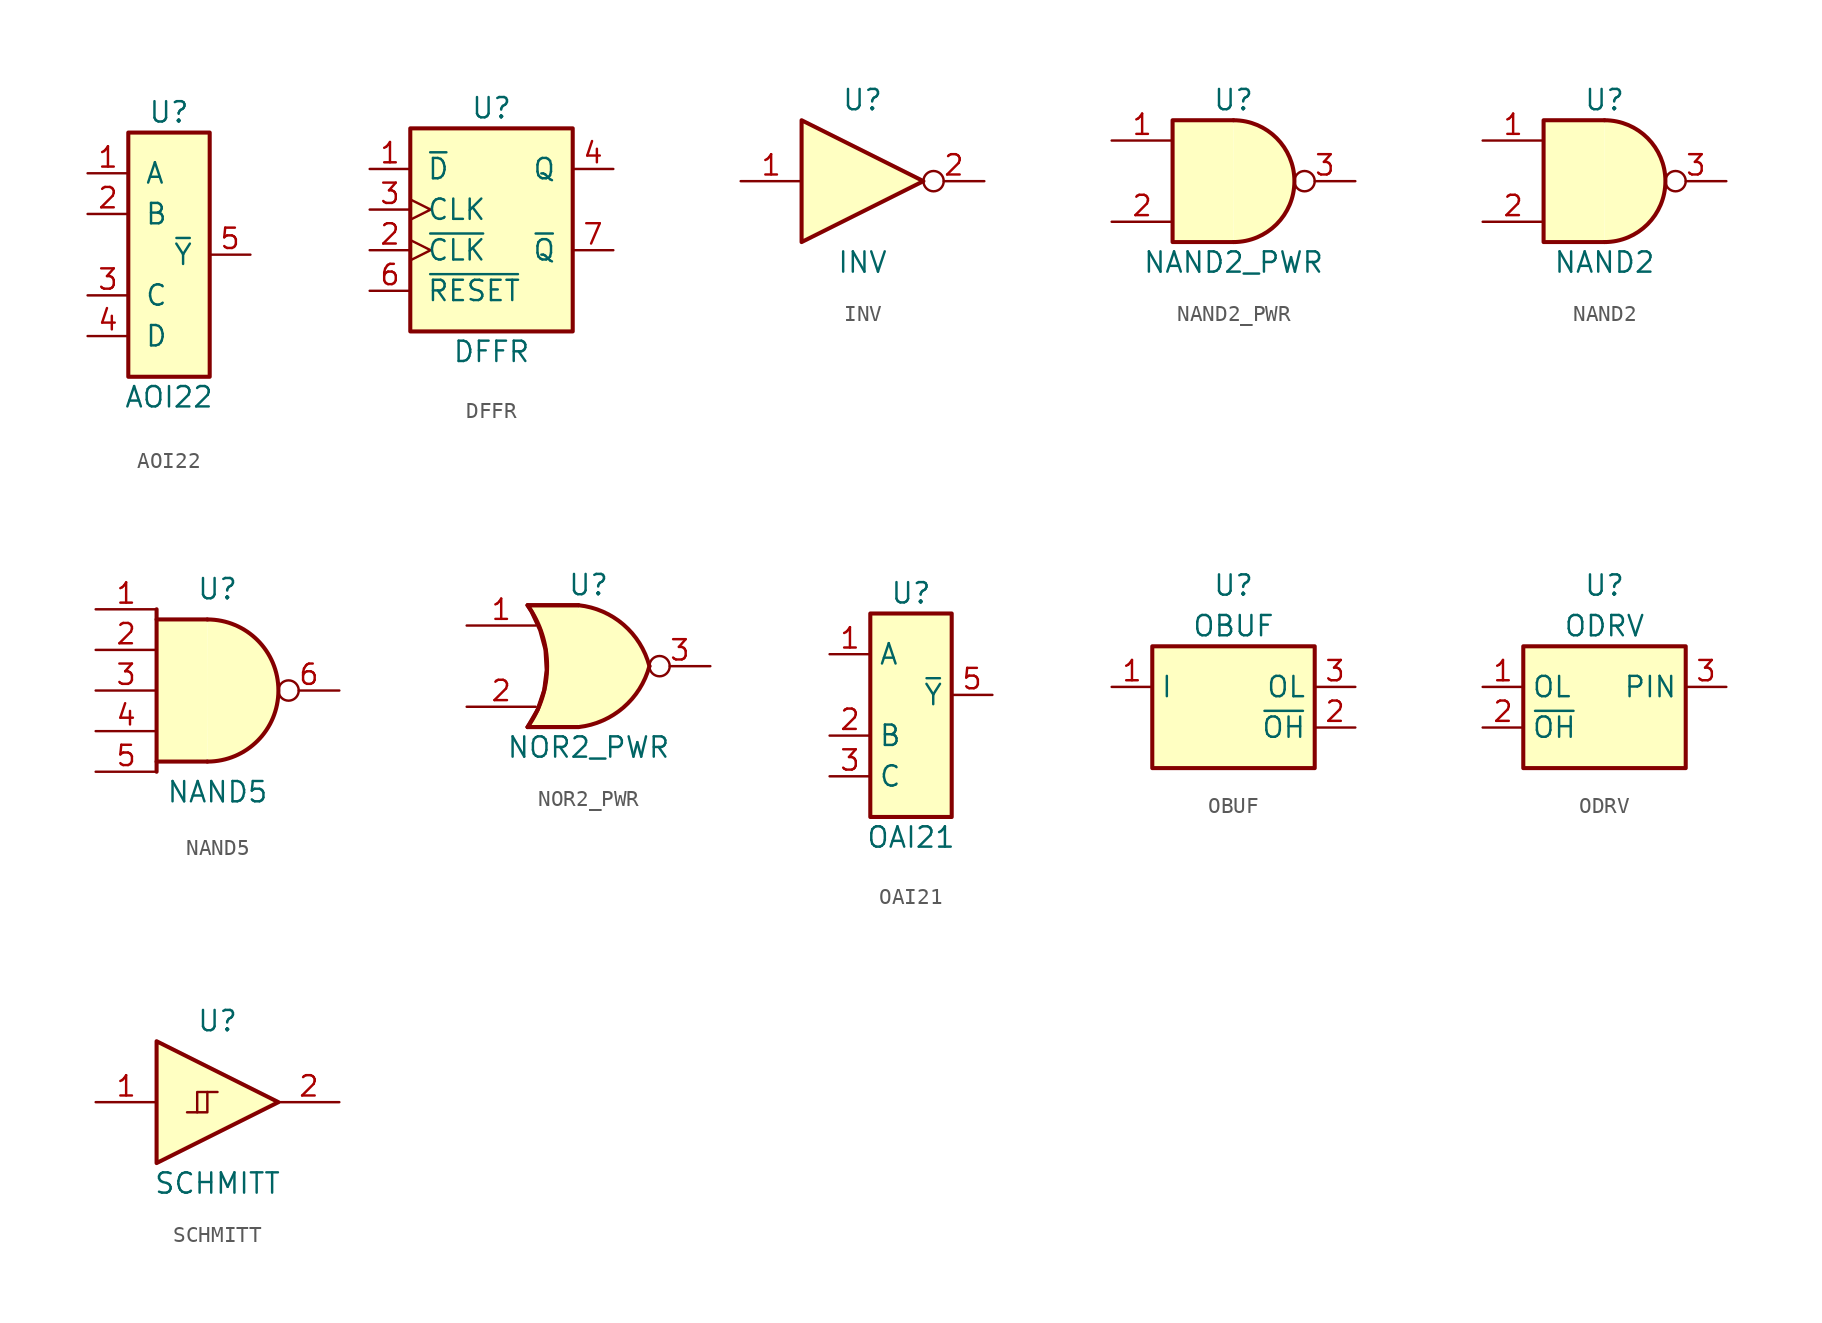
<source format=kicad_sym>
(kicad_symbol_lib
  (version 20211014)
  (generator kicad_symbol_editor)
  (symbol "AOI22"
    (pin_names
      (offset 1.016))
    (property "Reference" "U"
      (at 0 8.89 0)
      (effects (font (size 1.27 1.27))))
    (property "Value" "AOI22"
      (at 0 -8.89 0)
      (effects (font (size 1.27 1.27))))
    (symbol "AOI22_0_1"
      (rectangle (start -2.54 7.62) (end 2.54 -7.62) (stroke (width 0.254) (type default) (color 0 0 0 0)) (fill (type background))))
    (symbol "AOI22_1_0"
      (pin input line (at -5.08 5.08 0) (length 2.54) (name "A" (effects (font (size 1.27 1.27)))) (number "1" (effects (font (size 1.27 1.27)))))
      (pin input line (at -5.08 2.54 0) (length 2.54) (name "B" (effects (font (size 1.27 1.27)))) (number "2" (effects (font (size 1.27 1.27)))))
      (pin input line (at -5.08 -2.54 0) (length 2.54) (name "C" (effects (font (size 1.27 1.27)))) (number "3" (effects (font (size 1.27 1.27)))))
      (pin input line (at -5.08 -5.08 0) (length 2.54) (name "D" (effects (font (size 1.27 1.27)))) (number "4" (effects (font (size 1.27 1.27)))))
      (pin output line (at 5.08 0 180) (length 2.54) (name "~{Y}" (effects (font (size 1.27 1.27)))) (number "5" (effects (font (size 1.27 1.27)))))))
  (symbol "DFFR"
    (pin_names
      (offset 1.016))
    (property "Reference" "U"
      (at 0 6.35 0)
      (effects (font (size 1.27 1.27))))
    (property "Value" "DFFR"
      (at 0 -8.89 0)
      (effects (font (size 1.27 1.27))))
    (symbol "DFFR_0_1"
      (rectangle (start -5.08 5.08) (end 5.08 -7.62) (stroke (width 0.254) (type default) (color 0 0 0 0)) (fill (type background))))
    (symbol "DFFR_1_1"
      (pin input line (at -7.62 2.54 0) (length 2.54) (name "~{D}" (effects (font (size 1.27 1.27)))) (number "1" (effects (font (size 1.27 1.27)))))
      (pin passive clock (at -7.62 -2.54 0) (length 2.54) (name "~{CLK}" (effects (font (size 1.27 1.27)))) (number "2" (effects (font (size 1.27 1.27)))))
      (pin input clock (at -7.62 0 0) (length 2.54) (name "CLK" (effects (font (size 1.27 1.27)))) (number "3" (effects (font (size 1.27 1.27)))))
      (pin output line (at 7.62 2.54 180) (length 2.54) (name "Q" (effects (font (size 1.27 1.27)))) (number "4" (effects (font (size 1.27 1.27)))))
      (pin input line (at -7.62 -5.08 0) (length 2.54) (name "~{RESET}" (effects (font (size 1.27 1.27)))) (number "6" (effects (font (size 1.27 1.27)))))
      (pin output line (at 7.62 -2.54 180) (length 2.54) (name "~{Q}" (effects (font (size 1.27 1.27)))) (number "7" (effects (font (size 1.27 1.27)))))))
  (symbol "INV"
    (pin_names
      (offset 1.016) hide)
    (property "Reference" "U"
      (at 0 5.08 0)
      (effects (font (size 1.27 1.27))))
    (property "Value" "INV"
      (at 0 -5.08 0)
      (effects (font (size 1.27 1.27))))
    (symbol "INV_1_0"
      (polyline (pts (xy -3.81 3.81) (xy -3.81 -3.81) (xy 3.81 0) (xy -3.81 3.81)) (stroke (width 0.254) (type default) (color 0 0 0 0)) (fill (type background)))
      (pin input line (at -7.62 0 0) (length 3.81) (name "A" (effects (font (size 1.27 1.27)))) (number "1" (effects (font (size 1.27 1.27)))))
      (pin output inverted (at 7.62 0 180) (length 3.81) (name "Y" (effects (font (size 1.27 1.27)))) (number "2" (effects (font (size 1.27 1.27)))))))
  (symbol "NAND2_PWR"
    (pin_names
      (offset 1.016) hide)
    (property "Reference" "U"
      (at 0 5.08 0)
      (effects (font (size 1.27 1.27))))
    (property "Value" "NAND2_PWR"
      (at 0 -5.08 0)
      (effects (font (size 1.27 1.27))))
    (symbol "NAND2_PWR_1_1"
      (arc (start 0 -3.81) (mid 3.81 0) (end 0 3.81) (stroke (width 0.254) (type default) (color 0 0 0 0)) (fill (type background)))
      (polyline (pts (xy 0 3.81) (xy -3.81 3.81) (xy -3.81 -3.81) (xy 0 -3.81)) (stroke (width 0.254) (type default) (color 0 0 0 0)) (fill (type background)))
      (pin input line (at -7.62 2.54 0) (length 3.81) (name "A" (effects (font (size 1.27 1.27)))) (number "1" (effects (font (size 1.27 1.27)))))
      (pin input line (at -7.62 -2.54 0) (length 3.81) (name "B" (effects (font (size 1.27 1.27)))) (number "2" (effects (font (size 1.27 1.27)))))
      (pin output inverted (at 7.62 0 180) (length 3.81) (name "Y" (effects (font (size 1.27 1.27)))) (number "3" (effects (font (size 1.27 1.27)))))))
  (symbol "NAND2"
    (pin_names
      (offset 1.016) hide)
    (property "Reference" "U"
      (at 0 5.08 0)
      (effects (font (size 1.27 1.27))))
    (property "Value" "NAND2"
      (at 0 -5.08 0)
      (effects (font (size 1.27 1.27))))
    (symbol "NAND2_1_1"
      (arc (start 0 -3.81) (mid 3.81 0) (end 0 3.81) (stroke (width 0.254) (type default) (color 0 0 0 0)) (fill (type background)))
      (polyline (pts (xy 0 3.81) (xy -3.81 3.81) (xy -3.81 -3.81) (xy 0 -3.81)) (stroke (width 0.254) (type default) (color 0 0 0 0)) (fill (type background)))
      (pin input line (at -7.62 2.54 0) (length 3.81) (name "A" (effects (font (size 1.27 1.27)))) (number "1" (effects (font (size 1.27 1.27)))))
      (pin input line (at -7.62 -2.54 0) (length 3.81) (name "B" (effects (font (size 1.27 1.27)))) (number "2" (effects (font (size 1.27 1.27)))))
      (pin output inverted (at 7.62 0 180) (length 3.81) (name "Y" (effects (font (size 1.27 1.27)))) (number "3" (effects (font (size 1.27 1.27)))))))
  (symbol "NAND5"
    (pin_names
      (offset 1.016) hide)
    (property "Reference" "U"
      (at 0 6.35 0)
      (effects (font (size 1.27 1.27))))
    (property "Value" "NAND5"
      (at 0 -6.35 0)
      (effects (font (size 1.27 1.27))))
    (symbol "NAND5_0_1"
      (polyline (pts (xy -3.81 -5.08) (xy -3.81 -4.445)) (stroke (width 0.254) (type default) (color 0 0 0 0)) (fill (type none)))
      (polyline (pts (xy -3.81 5.08) (xy -3.81 4.445)) (stroke (width 0.254) (type default) (color 0 0 0 0)) (fill (type none))))
    (symbol "NAND5_1_1"
      (arc (start -0.635 -4.445) (mid 3.81 0) (end -0.635 4.445) (stroke (width 0.254) (type default) (color 0 0 0 0)) (fill (type background)))
      (polyline (pts (xy -0.635 4.445) (xy -3.81 4.445) (xy -3.81 -4.445) (xy -0.635 -4.445)) (stroke (width 0.254) (type default) (color 0 0 0 0)) (fill (type background)))
      (pin input line (at -7.62 5.08 0) (length 3.81) (name "A" (effects (font (size 1.27 1.27)))) (number "1" (effects (font (size 1.27 1.27)))))
      (pin input line (at -7.62 2.54 0) (length 3.81) (name "B" (effects (font (size 1.27 1.27)))) (number "2" (effects (font (size 1.27 1.27)))))
      (pin input line (at -7.62 0 0) (length 3.81) (name "C" (effects (font (size 1.27 1.27)))) (number "3" (effects (font (size 1.27 1.27)))))
      (pin input line (at -7.62 -2.54 0) (length 3.81) (name "D" (effects (font (size 1.27 1.27)))) (number "4" (effects (font (size 1.27 1.27)))))
      (pin input line (at -7.62 -5.08 0) (length 3.81) (name "E" (effects (font (size 1.27 1.27)))) (number "5" (effects (font (size 1.27 1.27)))))
      (pin output inverted (at 7.62 0 180) (length 3.81) (name "Y" (effects (font (size 1.27 1.27)))) (number "6" (effects (font (size 1.27 1.27)))))))
  (symbol "NOR2_PWR"
    (pin_names
      (offset 1.016) hide)
    (property "Reference" "U"
      (at 0 5.08 0)
      (effects (font (size 1.27 1.27))))
    (property "Value" "NOR2_PWR"
      (at 0 -5.08 0)
      (effects (font (size 1.27 1.27))))
    (symbol "NOR2_PWR_1_1"
      (arc (start -3.81 -3.81) (mid -2.589 0) (end -3.81 3.81) (stroke (width 0.254) (type default) (color 0 0 0 0)) (fill (type none)))
      (arc (start -0.6096 -3.81) (mid 2.1855 -2.584) (end 3.81 0) (stroke (width 0.254) (type default) (color 0 0 0 0)) (fill (type background)))
      (polyline (pts (xy -3.81 -3.81) (xy -0.635 -3.81)) (stroke (width 0.254) (type default) (color 0 0 0 0)) (fill (type background)))
      (polyline (pts (xy -3.81 3.81) (xy -0.635 3.81)) (stroke (width 0.254) (type default) (color 0 0 0 0)) (fill (type background)))
      (polyline (pts (xy -0.635 3.81) (xy -3.81 3.81) (xy -3.81 3.81) (xy -3.556 3.404) (xy -3.023 2.261) (xy -2.692 1.041) (xy -2.616 -0.254) (xy -2.769 -1.499) (xy -3.175 -2.718) (xy -3.81 -3.81) (xy -3.81 -3.81) (xy -0.635 -3.81)) (stroke (width 0.254) (type default) (color 0 0 0 0)) (fill (type background)))
      (arc (start 3.81 0) (mid 2.1928 2.5925) (end -0.6096 3.81) (stroke (width 0.254) (type default) (color 0 0 0 0)) (fill (type background)))
      (pin input line (at -7.62 2.54 0) (length 4.318) (name "A" (effects (font (size 1.27 1.27)))) (number "1" (effects (font (size 1.27 1.27)))))
      (pin input line (at -7.62 -2.54 0) (length 4.318) (name "B" (effects (font (size 1.27 1.27)))) (number "2" (effects (font (size 1.27 1.27)))))
      (pin output inverted (at 7.62 0 180) (length 3.81) (name "Y" (effects (font (size 1.27 1.27)))) (number "3" (effects (font (size 1.27 1.27)))))))
  (symbol "OAI21"
    (property "Reference" "U"
      (at 0 6.35 0)
      (effects (font (size 1.27 1.27))))
    (property "Value" "OAI21"
      (at 0 -8.89 0)
      (effects (font (size 1.27 1.27))))
    (symbol "OAI21_0_1"
      (rectangle (start -2.54 5.08) (end 2.54 -7.62) (stroke (width 0.254) (type default) (color 0 0 0 0)) (fill (type background))))
    (symbol "OAI21_1_0"
      (pin input line (at -5.08 2.54 0) (length 2.54) (name "A" (effects (font (size 1.27 1.27)))) (number "1" (effects (font (size 1.27 1.27)))))
      (pin input line (at -5.08 -2.54 0) (length 2.54) (name "B" (effects (font (size 1.27 1.27)))) (number "2" (effects (font (size 1.27 1.27)))))
      (pin input line (at -5.08 -5.08 0) (length 2.54) (name "C" (effects (font (size 1.27 1.27)))) (number "3" (effects (font (size 1.27 1.27)))))
      (pin output line (at 5.08 0 180) (length 2.54) (name "~{Y}" (effects (font (size 1.27 1.27)))) (number "5" (effects (font (size 1.27 1.27)))))))
  (symbol "OBUF"
    (property "Reference" "U"
      (at 0 6.35 0)
      (effects (font (size 1.27 1.27))))
    (property "Value" "OBUF"
      (at 0 3.81 0)
      (effects (font (size 1.27 1.27))))
    (symbol "OBUF_0_1"
      (rectangle (start -5.08 2.54) (end 5.08 -5.08) (stroke (width 0.254) (type default) (color 0 0 0 0)) (fill (type background))))
    (symbol "OBUF_1_0"
      (pin input line (at -7.62 0 0) (length 2.54) (name "I" (effects (font (size 1.27 1.27)))) (number "1" (effects (font (size 1.27 1.27)))))
      (pin output line (at 7.62 -2.54 180) (length 2.54) (name "~{OH}" (effects (font (size 1.27 1.27)))) (number "2" (effects (font (size 1.27 1.27)))))
      (pin output line (at 7.62 0 180) (length 2.54) (name "OL" (effects (font (size 1.27 1.27)))) (number "3" (effects (font (size 1.27 1.27)))))))
  (symbol "ODRV"
    (property "Reference" "U"
      (at 0 6.35 0)
      (effects (font (size 1.27 1.27))))
    (property "Value" "ODRV"
      (at 0 3.81 0)
      (effects (font (size 1.27 1.27))))
    (symbol "ODRV_0_1"
      (rectangle (start -5.08 2.54) (end 5.08 -5.08) (stroke (width 0.254) (type default) (color 0 0 0 0)) (fill (type background))))
    (symbol "ODRV_1_0"
      (pin input line (at -7.62 0 0) (length 2.54) (name "OL" (effects (font (size 1.27 1.27)))) (number "1" (effects (font (size 1.27 1.27)))))
      (pin input line (at -7.62 -2.54 0) (length 2.54) (name "~{OH}" (effects (font (size 1.27 1.27)))) (number "2" (effects (font (size 1.27 1.27)))))
      (pin output line (at 7.62 0 180) (length 2.54) (name "PIN" (effects (font (size 1.27 1.27)))) (number "3" (effects (font (size 1.27 1.27)))))))
  (symbol "SCHMITT"
    (pin_names
      (offset 1.016) hide)
    (property "Reference" "U"
      (at 0 5.08 0)
      (effects (font (size 1.27 1.27))))
    (property "Value" "SCHMITT"
      (at 0 -5.08 0)
      (effects (font (size 1.27 1.27))))
    (symbol "SCHMITT_0_1"
      (polyline (pts (xy -1.27 -0.635) (xy -0.635 -0.635) (xy -0.635 0.635)) (stroke (width 0) (type default) (color 0 0 0 0)) (fill (type none)))
      (polyline (pts (xy -3.81 3.81) (xy -3.81 -3.81) (xy 3.81 0) (xy -3.81 3.81)) (stroke (width 0.254) (type default) (color 0 0 0 0)) (fill (type background)))
      (polyline (pts (xy -1.905 -0.635) (xy -1.27 -0.635) (xy -1.27 0.635) (xy 0 0.635)) (stroke (width 0) (type default) (color 0 0 0 0)) (fill (type none))))
    (symbol "SCHMITT_1_1"
      (pin input line (at -7.62 0 0) (length 3.81) (name "A" (effects (font (size 1.27 1.27)))) (number "1" (effects (font (size 1.27 1.27)))))
      (pin output line (at 7.62 0 180) (length 3.81) (name "Y" (effects (font (size 1.27 1.27)))) (number "2" (effects (font (size 1.27 1.27))))))))
</source>
